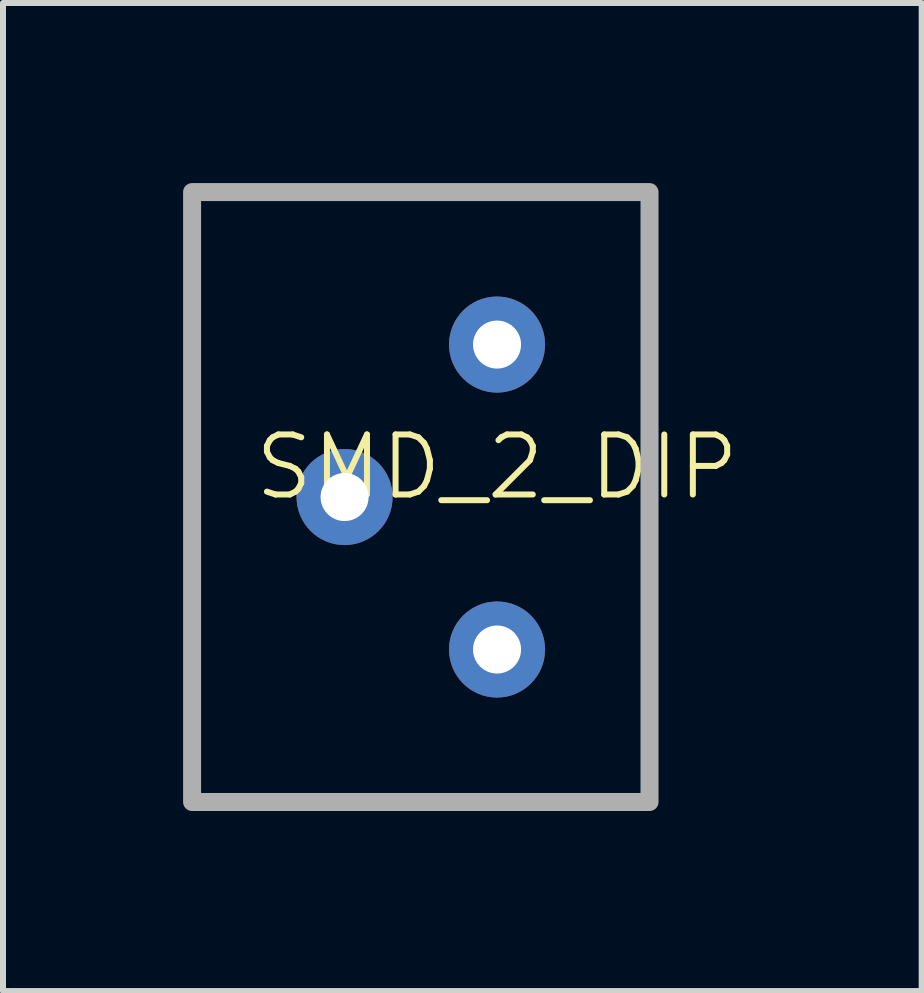
<source format=kicad_pcb>
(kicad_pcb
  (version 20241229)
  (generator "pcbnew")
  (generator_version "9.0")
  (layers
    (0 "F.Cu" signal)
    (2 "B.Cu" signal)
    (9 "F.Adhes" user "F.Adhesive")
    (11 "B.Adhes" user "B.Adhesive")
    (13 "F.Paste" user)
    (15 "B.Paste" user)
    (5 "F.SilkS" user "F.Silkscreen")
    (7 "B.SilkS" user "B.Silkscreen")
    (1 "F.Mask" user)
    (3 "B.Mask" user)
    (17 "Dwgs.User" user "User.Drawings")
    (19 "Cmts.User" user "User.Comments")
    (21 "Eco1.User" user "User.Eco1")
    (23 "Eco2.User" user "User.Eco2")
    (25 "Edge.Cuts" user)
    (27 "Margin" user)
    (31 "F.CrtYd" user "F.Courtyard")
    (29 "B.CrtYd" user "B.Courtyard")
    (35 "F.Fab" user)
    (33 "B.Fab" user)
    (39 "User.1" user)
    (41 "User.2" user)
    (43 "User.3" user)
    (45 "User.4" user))
  (footprint "SMD_2_DIP"
    (layer "F.Cu")
    (at 5.23 5.23)
    (property "Reference" "SMD_2_DIP" (at 0 -0.5 0) (unlocked yes) (layer "F.SilkS") (effects (font (size 1 1) (thickness 0.1))))
    (attr through_hole)
    (fp_rect (start -5.08 -5.08) (end 2.54 5.08) (stroke (width 0.3) (type default)) (fill no) (layer "F.Fab"))
    (pad "1" thru_hole circle (at 0 2.54) (size 1.6 1.6) (drill 0.8) (layers "*.Cu" "*.Mask"))
    (pad "2" thru_hole circle (at 0 -2.54) (size 1.6 1.6) (drill 0.8) (layers "*.Cu" "*.Mask"))
    (pad "3" thru_hole circle (at -2.54 0) (size 1.6 1.6) (drill 0.8) (layers "*.Cu" "*.Mask")))
  (gr_rect
    (start -3 -3)
    (end 12.304 13.46)
    (stroke (width 0.1) (type default))
    (fill no)
    (layer "Edge.Cuts")))
</source>
